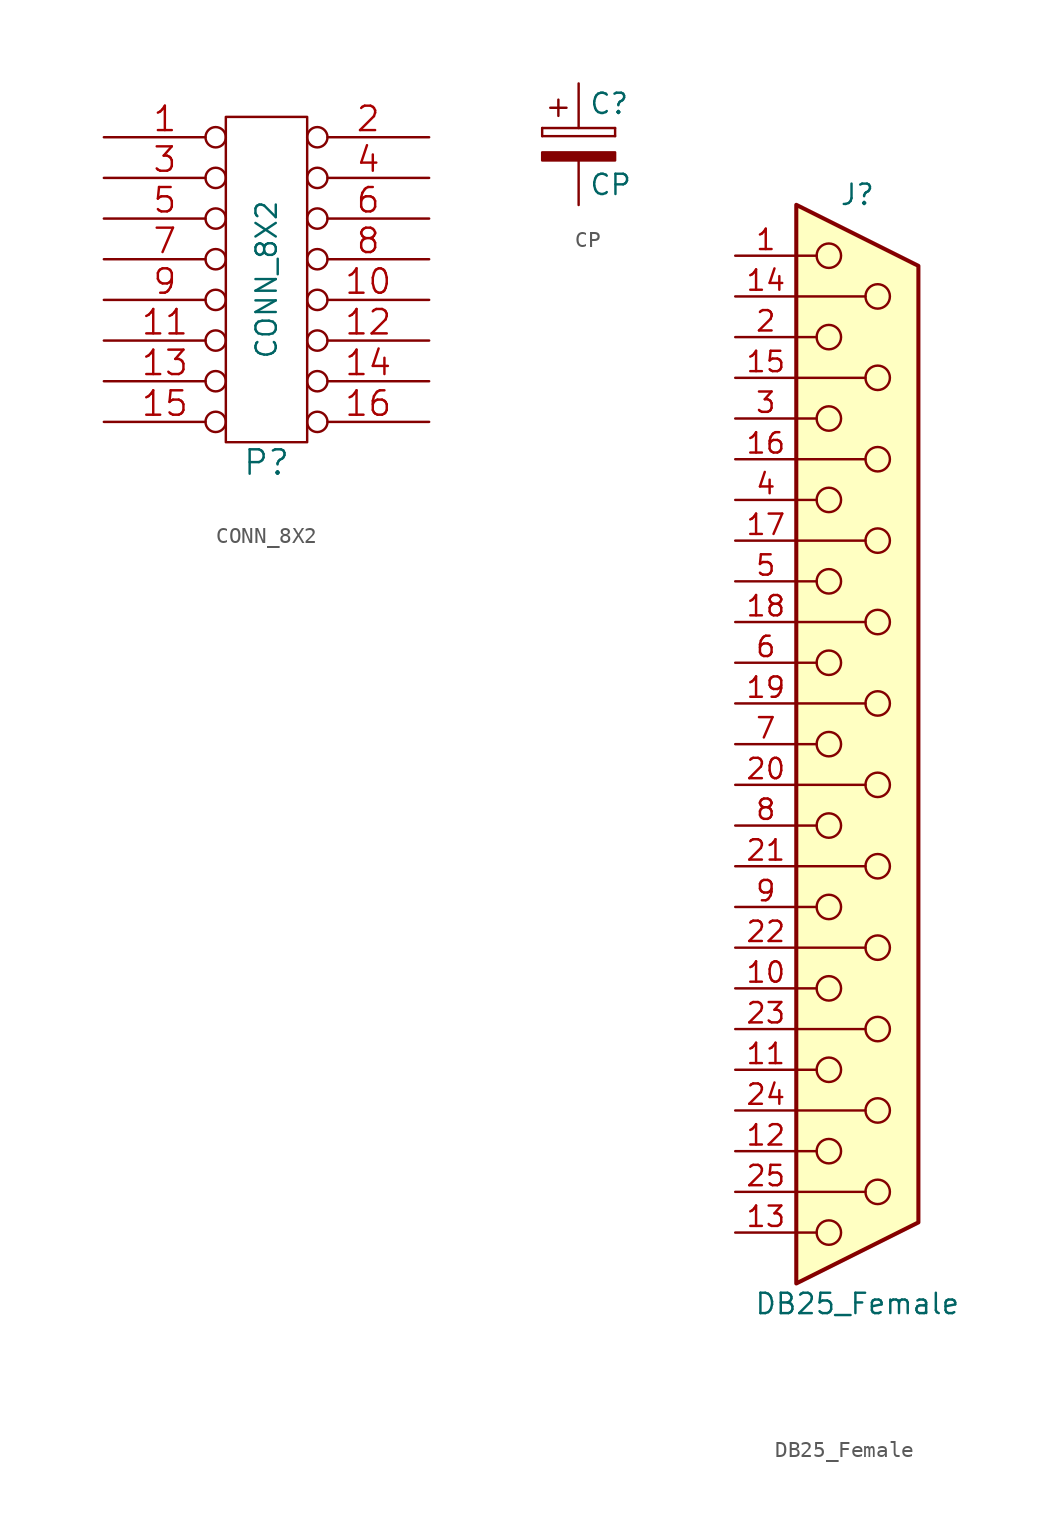
<source format=kicad_sym>
(kicad_symbol_lib
  (version 20201005)
  (generator kicad_symbol_editor)
  (symbol "interf_u_schlib:CONN_8X2"
    (pin_names
      (offset 1.016))
    (property "Reference" "P"
      (at 0 -11.43 0)
      (effects (font (size 1.524 1.524))))
    (property "Value" "CONN_8X2"
      (at 0 0 90)
      (effects (font (size 1.27 1.27))))
    (property "Footprint" ""
      (at 0 0 0)
      (effects (font (size 1.524 1.524))))
    (property "Datasheet" ""
      (at 0 0 0)
      (effects (font (size 1.524 1.524))))
    (symbol "CONN_8X2_0_1"
      (rectangle (start -2.54 10.16) (end 2.54 -10.16) (stroke (width 0)) (fill (type none))))
    (symbol "CONN_8X2_1_1"
      (pin passive inverted (at -10.16 8.89 0) (length 7.62) (name "~" (effects (font (size 1.524 1.524)))) (number "1" (effects (font (size 1.524 1.524)))))
      (pin passive inverted (at 10.16 -1.27 180) (length 7.62) (name "~" (effects (font (size 1.524 1.524)))) (number "10" (effects (font (size 1.524 1.524)))))
      (pin passive inverted (at -10.16 -3.81 0) (length 7.62) (name "~" (effects (font (size 1.524 1.524)))) (number "11" (effects (font (size 1.524 1.524)))))
      (pin passive inverted (at 10.16 -3.81 180) (length 7.62) (name "~" (effects (font (size 1.524 1.524)))) (number "12" (effects (font (size 1.524 1.524)))))
      (pin passive inverted (at -10.16 -6.35 0) (length 7.62) (name "~" (effects (font (size 1.524 1.524)))) (number "13" (effects (font (size 1.524 1.524)))))
      (pin passive inverted (at 10.16 -6.35 180) (length 7.62) (name "~" (effects (font (size 1.524 1.524)))) (number "14" (effects (font (size 1.524 1.524)))))
      (pin passive inverted (at -10.16 -8.89 0) (length 7.62) (name "~" (effects (font (size 1.524 1.524)))) (number "15" (effects (font (size 1.524 1.524)))))
      (pin passive inverted (at 10.16 -8.89 180) (length 7.62) (name "~" (effects (font (size 1.524 1.524)))) (number "16" (effects (font (size 1.524 1.524)))))
      (pin passive inverted (at 10.16 8.89 180) (length 7.62) (name "~" (effects (font (size 1.524 1.524)))) (number "2" (effects (font (size 1.524 1.524)))))
      (pin passive inverted (at -10.16 6.35 0) (length 7.62) (name "~" (effects (font (size 1.524 1.524)))) (number "3" (effects (font (size 1.524 1.524)))))
      (pin passive inverted (at 10.16 6.35 180) (length 7.62) (name "~" (effects (font (size 1.524 1.524)))) (number "4" (effects (font (size 1.524 1.524)))))
      (pin passive inverted (at -10.16 3.81 0) (length 7.62) (name "~" (effects (font (size 1.524 1.524)))) (number "5" (effects (font (size 1.524 1.524)))))
      (pin passive inverted (at 10.16 3.81 180) (length 7.62) (name "~" (effects (font (size 1.524 1.524)))) (number "6" (effects (font (size 1.524 1.524)))))
      (pin passive inverted (at -10.16 1.27 0) (length 7.62) (name "~" (effects (font (size 1.524 1.524)))) (number "7" (effects (font (size 1.524 1.524)))))
      (pin passive inverted (at 10.16 1.27 180) (length 7.62) (name "~" (effects (font (size 1.524 1.524)))) (number "8" (effects (font (size 1.524 1.524)))))
      (pin passive inverted (at -10.16 -1.27 0) (length 7.62) (name "~" (effects (font (size 1.524 1.524)))) (number "9" (effects (font (size 1.524 1.524)))))))
  (symbol "interf_u_schlib:CP"
    (pin_numbers hide)
    (pin_names
      (offset 0.254))
    (property "Reference" "C"
      (at 0.635 2.54 0)
      (effects (font (size 1.27 1.27)) (justify left)))
    (property "Value" "CP"
      (at 0.635 -2.54 0)
      (effects (font (size 1.27 1.27)) (justify left)))
    (symbol "CP_0_1"
      (rectangle (start -2.286 0.508) (end -2.286 1.016) (stroke (width 0)) (fill (type none)))
      (rectangle (start -2.286 0.508) (end 2.286 0.508) (stroke (width 0)) (fill (type none)))
      (rectangle (start 2.286 -0.508) (end -2.286 -1.016) (stroke (width 0)) (fill (type outline)))
      (rectangle (start 2.286 1.016) (end -2.286 1.016) (stroke (width 0)) (fill (type none)))
      (rectangle (start 2.286 1.016) (end 2.286 0.508) (stroke (width 0)) (fill (type none)))
      (polyline (pts (xy -1.778 2.286) (xy -0.762 2.286)) (stroke (width 0)) (fill (type none)))
      (polyline (pts (xy -1.27 2.794) (xy -1.27 1.778)) (stroke (width 0)) (fill (type none))))
    (symbol "CP_1_1"
      (pin passive line (at 0 3.81 270) (length 2.794) (name "~" (effects (font (size 1.27 1.27)))) (number "1" (effects (font (size 1.27 1.27)))))
      (pin passive line (at 0 -3.81 90) (length 2.794) (name "~" (effects (font (size 1.27 1.27)))) (number "2" (effects (font (size 1.27 1.27)))))))
  (symbol "interf_u_schlib:DB25_Female"
    (pin_names
      (offset 1.016) hide)
    (property "Reference" "J"
      (at 0 34.29 0)
      (effects (font (size 1.27 1.27))))
    (property "Value" "DB25_Female"
      (at 0 -34.925 0)
      (effects (font (size 1.27 1.27))))
    (symbol "DB25_Female_0_1"
      (circle (center -1.778 -30.48) (radius 0.762) (stroke (width 0)) (fill (type none)))
      (circle (center -1.778 -25.4) (radius 0.762) (stroke (width 0)) (fill (type none)))
      (circle (center -1.778 -20.32) (radius 0.762) (stroke (width 0)) (fill (type none)))
      (circle (center -1.778 -15.24) (radius 0.762) (stroke (width 0)) (fill (type none)))
      (circle (center -1.778 -10.16) (radius 0.762) (stroke (width 0)) (fill (type none)))
      (circle (center -1.778 -5.08) (radius 0.762) (stroke (width 0)) (fill (type none)))
      (circle (center -1.778 0) (radius 0.762) (stroke (width 0)) (fill (type none)))
      (circle (center -1.778 5.08) (radius 0.762) (stroke (width 0)) (fill (type none)))
      (circle (center -1.778 10.16) (radius 0.762) (stroke (width 0)) (fill (type none)))
      (circle (center -1.778 15.24) (radius 0.762) (stroke (width 0)) (fill (type none)))
      (circle (center -1.778 20.32) (radius 0.762) (stroke (width 0)) (fill (type none)))
      (circle (center -1.778 25.4) (radius 0.762) (stroke (width 0)) (fill (type none)))
      (circle (center -1.778 30.48) (radius 0.762) (stroke (width 0)) (fill (type none)))
      (circle (center 1.27 -27.94) (radius 0.762) (stroke (width 0)) (fill (type none)))
      (circle (center 1.27 -22.86) (radius 0.762) (stroke (width 0)) (fill (type none)))
      (circle (center 1.27 -17.78) (radius 0.762) (stroke (width 0)) (fill (type none)))
      (circle (center 1.27 -12.7) (radius 0.762) (stroke (width 0)) (fill (type none)))
      (circle (center 1.27 -7.62) (radius 0.762) (stroke (width 0)) (fill (type none)))
      (circle (center 1.27 -2.54) (radius 0.762) (stroke (width 0)) (fill (type none)))
      (circle (center 1.27 2.54) (radius 0.762) (stroke (width 0)) (fill (type none)))
      (circle (center 1.27 7.62) (radius 0.762) (stroke (width 0)) (fill (type none)))
      (circle (center 1.27 12.7) (radius 0.762) (stroke (width 0)) (fill (type none)))
      (circle (center 1.27 17.78) (radius 0.762) (stroke (width 0)) (fill (type none)))
      (circle (center 1.27 22.86) (radius 0.762) (stroke (width 0)) (fill (type none)))
      (circle (center 1.27 27.94) (radius 0.762) (stroke (width 0)) (fill (type none)))
      (polyline (pts (xy -3.81 -30.48) (xy -2.54 -30.48)) (stroke (width 0)) (fill (type none)))
      (polyline (pts (xy -3.81 -27.94) (xy 0.508 -27.94)) (stroke (width 0)) (fill (type none)))
      (polyline (pts (xy -3.81 -25.4) (xy -2.54 -25.4)) (stroke (width 0)) (fill (type none)))
      (polyline (pts (xy -3.81 -22.86) (xy 0.508 -22.86)) (stroke (width 0)) (fill (type none)))
      (polyline (pts (xy -3.81 -20.32) (xy -2.54 -20.32)) (stroke (width 0)) (fill (type none)))
      (polyline (pts (xy -3.81 -17.78) (xy 0.508 -17.78)) (stroke (width 0)) (fill (type none)))
      (polyline (pts (xy -3.81 -15.24) (xy -2.54 -15.24)) (stroke (width 0)) (fill (type none)))
      (polyline (pts (xy -3.81 -12.7) (xy 0.508 -12.7)) (stroke (width 0)) (fill (type none)))
      (polyline (pts (xy -3.81 -10.16) (xy -2.54 -10.16)) (stroke (width 0)) (fill (type none)))
      (polyline (pts (xy -3.81 -7.62) (xy 0.508 -7.62)) (stroke (width 0)) (fill (type none)))
      (polyline (pts (xy -3.81 -5.08) (xy -2.54 -5.08)) (stroke (width 0)) (fill (type none)))
      (polyline (pts (xy -3.81 -2.54) (xy 0.508 -2.54)) (stroke (width 0)) (fill (type none)))
      (polyline (pts (xy -3.81 0) (xy -2.54 0)) (stroke (width 0)) (fill (type none)))
      (polyline (pts (xy -3.81 2.54) (xy 0.508 2.54)) (stroke (width 0)) (fill (type none)))
      (polyline (pts (xy -3.81 5.08) (xy -2.54 5.08)) (stroke (width 0)) (fill (type none)))
      (polyline (pts (xy -3.81 7.62) (xy 0.508 7.62)) (stroke (width 0)) (fill (type none)))
      (polyline (pts (xy -3.81 10.16) (xy -2.54 10.16)) (stroke (width 0)) (fill (type none)))
      (polyline (pts (xy -3.81 12.7) (xy 0.508 12.7)) (stroke (width 0)) (fill (type none)))
      (polyline (pts (xy -3.81 15.24) (xy -2.54 15.24)) (stroke (width 0)) (fill (type none)))
      (polyline (pts (xy -3.81 17.78) (xy 0.508 17.78)) (stroke (width 0)) (fill (type none)))
      (polyline (pts (xy -3.81 20.32) (xy -2.54 20.32)) (stroke (width 0)) (fill (type none)))
      (polyline (pts (xy -3.81 22.86) (xy 0.508 22.86)) (stroke (width 0)) (fill (type none)))
      (polyline (pts (xy -3.81 25.4) (xy -2.54 25.4)) (stroke (width 0)) (fill (type none)))
      (polyline (pts (xy -3.81 27.94) (xy 0.508 27.94)) (stroke (width 0)) (fill (type none)))
      (polyline (pts (xy -3.81 30.48) (xy -2.54 30.48)) (stroke (width 0)) (fill (type none)))
      (polyline (pts (xy -3.81 33.655) (xy 3.81 29.845) (xy 3.81 -29.845) (xy -3.81 -33.655) (xy -3.81 33.655)) (stroke (width 0.254)) (fill (type background))))
    (symbol "DB25_Female_1_1"
      (pin passive line (at -7.62 30.48 0) (length 3.81) (name "1" (effects (font (size 1.27 1.27)))) (number "1" (effects (font (size 1.27 1.27)))))
      (pin passive line (at -7.62 -15.24 0) (length 3.81) (name "10" (effects (font (size 1.27 1.27)))) (number "10" (effects (font (size 1.27 1.27)))))
      (pin passive line (at -7.62 -20.32 0) (length 3.81) (name "11" (effects (font (size 1.27 1.27)))) (number "11" (effects (font (size 1.27 1.27)))))
      (pin passive line (at -7.62 -25.4 0) (length 3.81) (name "12" (effects (font (size 1.27 1.27)))) (number "12" (effects (font (size 1.27 1.27)))))
      (pin passive line (at -7.62 -30.48 0) (length 3.81) (name "13" (effects (font (size 1.27 1.27)))) (number "13" (effects (font (size 1.27 1.27)))))
      (pin passive line (at -7.62 27.94 0) (length 3.81) (name "P14" (effects (font (size 1.27 1.27)))) (number "14" (effects (font (size 1.27 1.27)))))
      (pin passive line (at -7.62 22.86 0) (length 3.81) (name "P15" (effects (font (size 1.27 1.27)))) (number "15" (effects (font (size 1.27 1.27)))))
      (pin passive line (at -7.62 17.78 0) (length 3.81) (name "P16" (effects (font (size 1.27 1.27)))) (number "16" (effects (font (size 1.27 1.27)))))
      (pin passive line (at -7.62 12.7 0) (length 3.81) (name "P17" (effects (font (size 1.27 1.27)))) (number "17" (effects (font (size 1.27 1.27)))))
      (pin passive line (at -7.62 7.62 0) (length 3.81) (name "P18" (effects (font (size 1.27 1.27)))) (number "18" (effects (font (size 1.27 1.27)))))
      (pin passive line (at -7.62 2.54 0) (length 3.81) (name "P19" (effects (font (size 1.27 1.27)))) (number "19" (effects (font (size 1.27 1.27)))))
      (pin passive line (at -7.62 25.4 0) (length 3.81) (name "2" (effects (font (size 1.27 1.27)))) (number "2" (effects (font (size 1.27 1.27)))))
      (pin passive line (at -7.62 -2.54 0) (length 3.81) (name "P20" (effects (font (size 1.27 1.27)))) (number "20" (effects (font (size 1.27 1.27)))))
      (pin passive line (at -7.62 -7.62 0) (length 3.81) (name "P21" (effects (font (size 1.27 1.27)))) (number "21" (effects (font (size 1.27 1.27)))))
      (pin passive line (at -7.62 -12.7 0) (length 3.81) (name "P22" (effects (font (size 1.27 1.27)))) (number "22" (effects (font (size 1.27 1.27)))))
      (pin passive line (at -7.62 -17.78 0) (length 3.81) (name "P23" (effects (font (size 1.27 1.27)))) (number "23" (effects (font (size 1.27 1.27)))))
      (pin passive line (at -7.62 -22.86 0) (length 3.81) (name "P24" (effects (font (size 1.27 1.27)))) (number "24" (effects (font (size 1.27 1.27)))))
      (pin passive line (at -7.62 -27.94 0) (length 3.81) (name "P25" (effects (font (size 1.27 1.27)))) (number "25" (effects (font (size 1.27 1.27)))))
      (pin passive line (at -7.62 20.32 0) (length 3.81) (name "3" (effects (font (size 1.27 1.27)))) (number "3" (effects (font (size 1.27 1.27)))))
      (pin passive line (at -7.62 15.24 0) (length 3.81) (name "4" (effects (font (size 1.27 1.27)))) (number "4" (effects (font (size 1.27 1.27)))))
      (pin passive line (at -7.62 10.16 0) (length 3.81) (name "5" (effects (font (size 1.27 1.27)))) (number "5" (effects (font (size 1.27 1.27)))))
      (pin passive line (at -7.62 5.08 0) (length 3.81) (name "6" (effects (font (size 1.27 1.27)))) (number "6" (effects (font (size 1.27 1.27)))))
      (pin passive line (at -7.62 0 0) (length 3.81) (name "7" (effects (font (size 1.27 1.27)))) (number "7" (effects (font (size 1.27 1.27)))))
      (pin passive line (at -7.62 -5.08 0) (length 3.81) (name "8" (effects (font (size 1.27 1.27)))) (number "8" (effects (font (size 1.27 1.27)))))
      (pin passive line (at -7.62 -10.16 0) (length 3.81) (name "9" (effects (font (size 1.27 1.27)))) (number "9" (effects (font (size 1.27 1.27))))))))
</source>
